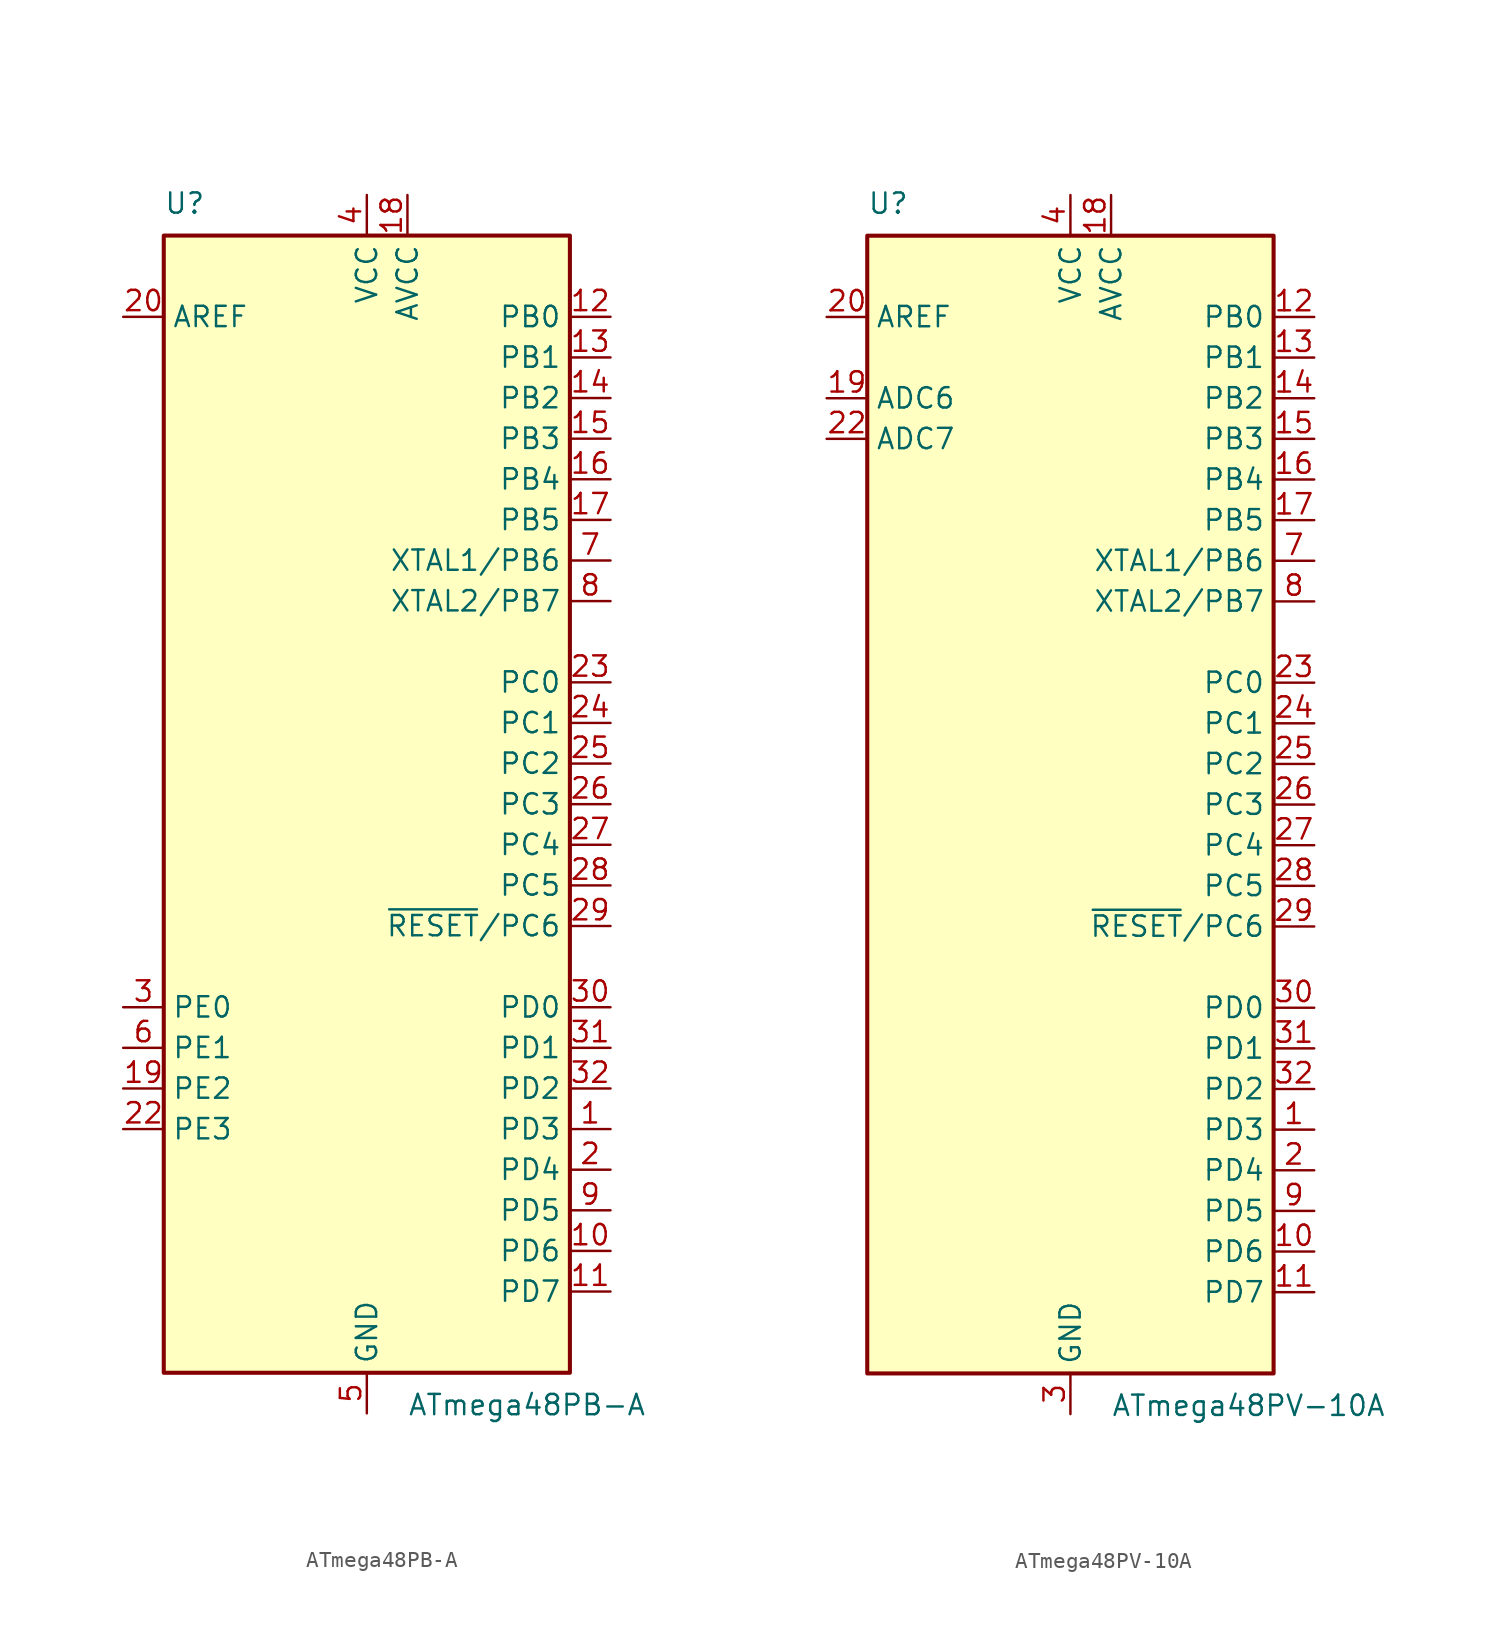
<source format=kicad_sym>
(kicad_symbol_lib
  (version 20201005)
  (generator kicad_symbol_editor)
  (symbol "ATmega48PB-A"
    (property "Reference" "U"
      (at -12.7 36.83 0)
      (effects (font (size 1.27 1.27)) (justify left bottom)))
    (property "Value" "ATmega48PB-A"
      (at 2.54 -36.83 0)
      (effects (font (size 1.27 1.27)) (justify left top)))
    (symbol "ATmega48PB-A_0_1"
      (rectangle (start -12.7 -35.56) (end 12.7 35.56) (stroke (width 0.254)) (fill (type background))))
    (symbol "ATmega48PB-A_1_1"
      (pin bidirectional line (at 15.24 -20.32 180) (length 2.54) (name "PD3" (effects (font (size 1.27 1.27)))) (number "1" (effects (font (size 1.27 1.27)))))
      (pin bidirectional line (at 15.24 -27.94 180) (length 2.54) (name "PD6" (effects (font (size 1.27 1.27)))) (number "10" (effects (font (size 1.27 1.27)))))
      (pin bidirectional line (at 15.24 -30.48 180) (length 2.54) (name "PD7" (effects (font (size 1.27 1.27)))) (number "11" (effects (font (size 1.27 1.27)))))
      (pin bidirectional line (at 15.24 30.48 180) (length 2.54) (name "PB0" (effects (font (size 1.27 1.27)))) (number "12" (effects (font (size 1.27 1.27)))))
      (pin bidirectional line (at 15.24 27.94 180) (length 2.54) (name "PB1" (effects (font (size 1.27 1.27)))) (number "13" (effects (font (size 1.27 1.27)))))
      (pin bidirectional line (at 15.24 25.4 180) (length 2.54) (name "PB2" (effects (font (size 1.27 1.27)))) (number "14" (effects (font (size 1.27 1.27)))))
      (pin bidirectional line (at 15.24 22.86 180) (length 2.54) (name "PB3" (effects (font (size 1.27 1.27)))) (number "15" (effects (font (size 1.27 1.27)))))
      (pin bidirectional line (at 15.24 20.32 180) (length 2.54) (name "PB4" (effects (font (size 1.27 1.27)))) (number "16" (effects (font (size 1.27 1.27)))))
      (pin bidirectional line (at 15.24 17.78 180) (length 2.54) (name "PB5" (effects (font (size 1.27 1.27)))) (number "17" (effects (font (size 1.27 1.27)))))
      (pin power_in line (at 2.54 38.1 270) (length 2.54) (name "AVCC" (effects (font (size 1.27 1.27)))) (number "18" (effects (font (size 1.27 1.27)))))
      (pin bidirectional line (at -15.24 -17.78 0) (length 2.54) (name "PE2" (effects (font (size 1.27 1.27)))) (number "19" (effects (font (size 1.27 1.27)))))
      (pin bidirectional line (at 15.24 -22.86 180) (length 2.54) (name "PD4" (effects (font (size 1.27 1.27)))) (number "2" (effects (font (size 1.27 1.27)))))
      (pin passive line (at -15.24 30.48 0) (length 2.54) (name "AREF" (effects (font (size 1.27 1.27)))) (number "20" (effects (font (size 1.27 1.27)))))
      (pin passive line (at 0 -38.1 90) (length 2.54) hide (name "GND" (effects (font (size 1.27 1.27)))) (number "21" (effects (font (size 1.27 1.27)))))
      (pin bidirectional line (at -15.24 -20.32 0) (length 2.54) (name "PE3" (effects (font (size 1.27 1.27)))) (number "22" (effects (font (size 1.27 1.27)))))
      (pin bidirectional line (at 15.24 7.62 180) (length 2.54) (name "PC0" (effects (font (size 1.27 1.27)))) (number "23" (effects (font (size 1.27 1.27)))))
      (pin bidirectional line (at 15.24 5.08 180) (length 2.54) (name "PC1" (effects (font (size 1.27 1.27)))) (number "24" (effects (font (size 1.27 1.27)))))
      (pin bidirectional line (at 15.24 2.54 180) (length 2.54) (name "PC2" (effects (font (size 1.27 1.27)))) (number "25" (effects (font (size 1.27 1.27)))))
      (pin bidirectional line (at 15.24 0 180) (length 2.54) (name "PC3" (effects (font (size 1.27 1.27)))) (number "26" (effects (font (size 1.27 1.27)))))
      (pin bidirectional line (at 15.24 -2.54 180) (length 2.54) (name "PC4" (effects (font (size 1.27 1.27)))) (number "27" (effects (font (size 1.27 1.27)))))
      (pin bidirectional line (at 15.24 -5.08 180) (length 2.54) (name "PC5" (effects (font (size 1.27 1.27)))) (number "28" (effects (font (size 1.27 1.27)))))
      (pin bidirectional line (at 15.24 -7.62 180) (length 2.54) (name "~RESET~/PC6" (effects (font (size 1.27 1.27)))) (number "29" (effects (font (size 1.27 1.27)))))
      (pin bidirectional line (at -15.24 -12.7 0) (length 2.54) (name "PE0" (effects (font (size 1.27 1.27)))) (number "3" (effects (font (size 1.27 1.27)))))
      (pin bidirectional line (at 15.24 -12.7 180) (length 2.54) (name "PD0" (effects (font (size 1.27 1.27)))) (number "30" (effects (font (size 1.27 1.27)))))
      (pin bidirectional line (at 15.24 -15.24 180) (length 2.54) (name "PD1" (effects (font (size 1.27 1.27)))) (number "31" (effects (font (size 1.27 1.27)))))
      (pin bidirectional line (at 15.24 -17.78 180) (length 2.54) (name "PD2" (effects (font (size 1.27 1.27)))) (number "32" (effects (font (size 1.27 1.27)))))
      (pin power_in line (at 0 38.1 270) (length 2.54) (name "VCC" (effects (font (size 1.27 1.27)))) (number "4" (effects (font (size 1.27 1.27)))))
      (pin power_in line (at 0 -38.1 90) (length 2.54) (name "GND" (effects (font (size 1.27 1.27)))) (number "5" (effects (font (size 1.27 1.27)))))
      (pin bidirectional line (at -15.24 -15.24 0) (length 2.54) (name "PE1" (effects (font (size 1.27 1.27)))) (number "6" (effects (font (size 1.27 1.27)))))
      (pin bidirectional line (at 15.24 15.24 180) (length 2.54) (name "XTAL1/PB6" (effects (font (size 1.27 1.27)))) (number "7" (effects (font (size 1.27 1.27)))))
      (pin bidirectional line (at 15.24 12.7 180) (length 2.54) (name "XTAL2/PB7" (effects (font (size 1.27 1.27)))) (number "8" (effects (font (size 1.27 1.27)))))
      (pin bidirectional line (at 15.24 -25.4 180) (length 2.54) (name "PD5" (effects (font (size 1.27 1.27)))) (number "9" (effects (font (size 1.27 1.27)))))))
  (symbol "ATmega48PV-10A"
    (property "Reference" "U"
      (at -12.7 36.83 0)
      (effects (font (size 1.27 1.27)) (justify left bottom)))
    (property "Value" "ATmega48PV-10A"
      (at 2.54 -36.83 0)
      (effects (font (size 1.27 1.27)) (justify left top)))
    (symbol "ATmega48PV-10A_0_1"
      (rectangle (start -12.7 -35.56) (end 12.7 35.56) (stroke (width 0.254)) (fill (type background))))
    (symbol "ATmega48PV-10A_1_1"
      (pin bidirectional line (at 15.24 -20.32 180) (length 2.54) (name "PD3" (effects (font (size 1.27 1.27)))) (number "1" (effects (font (size 1.27 1.27)))))
      (pin bidirectional line (at 15.24 -27.94 180) (length 2.54) (name "PD6" (effects (font (size 1.27 1.27)))) (number "10" (effects (font (size 1.27 1.27)))))
      (pin bidirectional line (at 15.24 -30.48 180) (length 2.54) (name "PD7" (effects (font (size 1.27 1.27)))) (number "11" (effects (font (size 1.27 1.27)))))
      (pin bidirectional line (at 15.24 30.48 180) (length 2.54) (name "PB0" (effects (font (size 1.27 1.27)))) (number "12" (effects (font (size 1.27 1.27)))))
      (pin bidirectional line (at 15.24 27.94 180) (length 2.54) (name "PB1" (effects (font (size 1.27 1.27)))) (number "13" (effects (font (size 1.27 1.27)))))
      (pin bidirectional line (at 15.24 25.4 180) (length 2.54) (name "PB2" (effects (font (size 1.27 1.27)))) (number "14" (effects (font (size 1.27 1.27)))))
      (pin bidirectional line (at 15.24 22.86 180) (length 2.54) (name "PB3" (effects (font (size 1.27 1.27)))) (number "15" (effects (font (size 1.27 1.27)))))
      (pin bidirectional line (at 15.24 20.32 180) (length 2.54) (name "PB4" (effects (font (size 1.27 1.27)))) (number "16" (effects (font (size 1.27 1.27)))))
      (pin bidirectional line (at 15.24 17.78 180) (length 2.54) (name "PB5" (effects (font (size 1.27 1.27)))) (number "17" (effects (font (size 1.27 1.27)))))
      (pin power_in line (at 2.54 38.1 270) (length 2.54) (name "AVCC" (effects (font (size 1.27 1.27)))) (number "18" (effects (font (size 1.27 1.27)))))
      (pin input line (at -15.24 25.4 0) (length 2.54) (name "ADC6" (effects (font (size 1.27 1.27)))) (number "19" (effects (font (size 1.27 1.27)))))
      (pin bidirectional line (at 15.24 -22.86 180) (length 2.54) (name "PD4" (effects (font (size 1.27 1.27)))) (number "2" (effects (font (size 1.27 1.27)))))
      (pin passive line (at -15.24 30.48 0) (length 2.54) (name "AREF" (effects (font (size 1.27 1.27)))) (number "20" (effects (font (size 1.27 1.27)))))
      (pin passive line (at 0 -38.1 90) (length 2.54) hide (name "GND" (effects (font (size 1.27 1.27)))) (number "21" (effects (font (size 1.27 1.27)))))
      (pin input line (at -15.24 22.86 0) (length 2.54) (name "ADC7" (effects (font (size 1.27 1.27)))) (number "22" (effects (font (size 1.27 1.27)))))
      (pin bidirectional line (at 15.24 7.62 180) (length 2.54) (name "PC0" (effects (font (size 1.27 1.27)))) (number "23" (effects (font (size 1.27 1.27)))))
      (pin bidirectional line (at 15.24 5.08 180) (length 2.54) (name "PC1" (effects (font (size 1.27 1.27)))) (number "24" (effects (font (size 1.27 1.27)))))
      (pin bidirectional line (at 15.24 2.54 180) (length 2.54) (name "PC2" (effects (font (size 1.27 1.27)))) (number "25" (effects (font (size 1.27 1.27)))))
      (pin bidirectional line (at 15.24 0 180) (length 2.54) (name "PC3" (effects (font (size 1.27 1.27)))) (number "26" (effects (font (size 1.27 1.27)))))
      (pin bidirectional line (at 15.24 -2.54 180) (length 2.54) (name "PC4" (effects (font (size 1.27 1.27)))) (number "27" (effects (font (size 1.27 1.27)))))
      (pin bidirectional line (at 15.24 -5.08 180) (length 2.54) (name "PC5" (effects (font (size 1.27 1.27)))) (number "28" (effects (font (size 1.27 1.27)))))
      (pin bidirectional line (at 15.24 -7.62 180) (length 2.54) (name "~RESET~/PC6" (effects (font (size 1.27 1.27)))) (number "29" (effects (font (size 1.27 1.27)))))
      (pin power_in line (at 0 -38.1 90) (length 2.54) (name "GND" (effects (font (size 1.27 1.27)))) (number "3" (effects (font (size 1.27 1.27)))))
      (pin bidirectional line (at 15.24 -12.7 180) (length 2.54) (name "PD0" (effects (font (size 1.27 1.27)))) (number "30" (effects (font (size 1.27 1.27)))))
      (pin bidirectional line (at 15.24 -15.24 180) (length 2.54) (name "PD1" (effects (font (size 1.27 1.27)))) (number "31" (effects (font (size 1.27 1.27)))))
      (pin bidirectional line (at 15.24 -17.78 180) (length 2.54) (name "PD2" (effects (font (size 1.27 1.27)))) (number "32" (effects (font (size 1.27 1.27)))))
      (pin power_in line (at 0 38.1 270) (length 2.54) (name "VCC" (effects (font (size 1.27 1.27)))) (number "4" (effects (font (size 1.27 1.27)))))
      (pin passive line (at 0 -38.1 90) (length 2.54) hide (name "GND" (effects (font (size 1.27 1.27)))) (number "5" (effects (font (size 1.27 1.27)))))
      (pin passive line (at 0 38.1 270) (length 2.54) hide (name "VCC" (effects (font (size 1.27 1.27)))) (number "6" (effects (font (size 1.27 1.27)))))
      (pin bidirectional line (at 15.24 15.24 180) (length 2.54) (name "XTAL1/PB6" (effects (font (size 1.27 1.27)))) (number "7" (effects (font (size 1.27 1.27)))))
      (pin bidirectional line (at 15.24 12.7 180) (length 2.54) (name "XTAL2/PB7" (effects (font (size 1.27 1.27)))) (number "8" (effects (font (size 1.27 1.27)))))
      (pin bidirectional line (at 15.24 -25.4 180) (length 2.54) (name "PD5" (effects (font (size 1.27 1.27)))) (number "9" (effects (font (size 1.27 1.27))))))))
</source>
